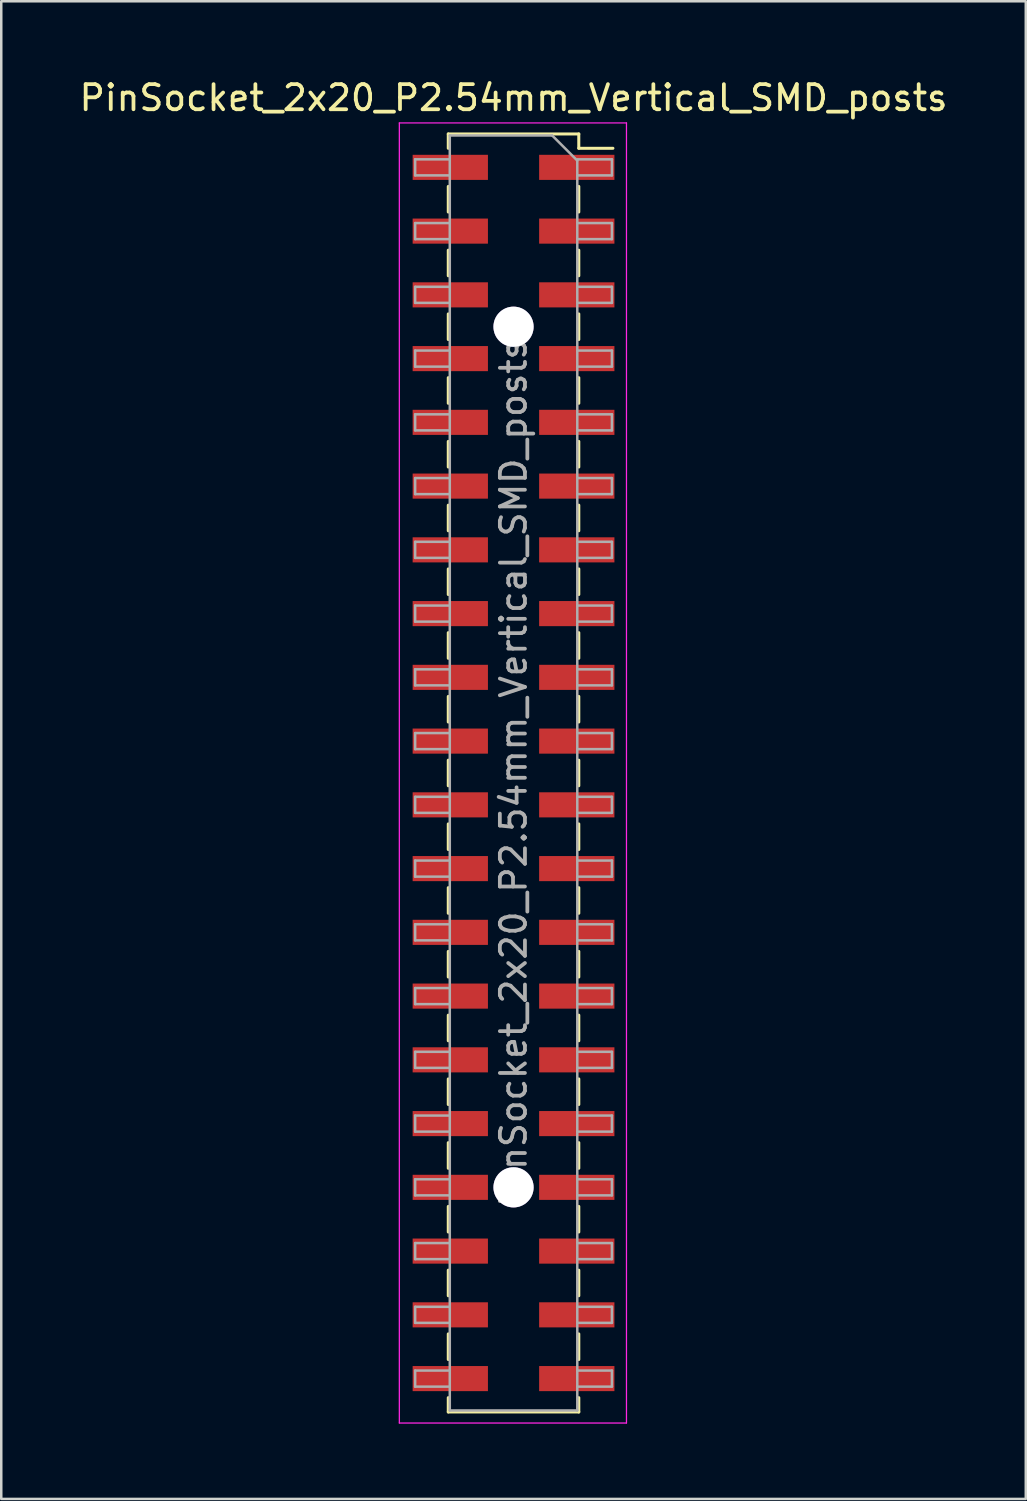
<source format=kicad_pcb>
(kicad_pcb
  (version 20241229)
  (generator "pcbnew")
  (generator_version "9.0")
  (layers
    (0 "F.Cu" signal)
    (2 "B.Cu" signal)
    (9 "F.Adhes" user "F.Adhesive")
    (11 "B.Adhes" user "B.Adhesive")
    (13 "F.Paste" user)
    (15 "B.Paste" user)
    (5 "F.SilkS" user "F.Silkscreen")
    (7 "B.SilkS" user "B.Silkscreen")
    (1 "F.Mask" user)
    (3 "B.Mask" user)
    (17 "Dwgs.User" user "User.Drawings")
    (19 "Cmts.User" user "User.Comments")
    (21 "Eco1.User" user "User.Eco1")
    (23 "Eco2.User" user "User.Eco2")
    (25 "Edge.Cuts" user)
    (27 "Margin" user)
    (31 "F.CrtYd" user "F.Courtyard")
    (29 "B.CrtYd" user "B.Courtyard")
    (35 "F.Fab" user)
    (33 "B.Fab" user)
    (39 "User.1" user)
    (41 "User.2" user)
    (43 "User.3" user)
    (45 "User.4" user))
  (footprint "PinSocket_2x20_P2.54mm_Vertical_SMD_posts"
    (layer "F.Cu")
    (at 17.411 27.748)
    (property "Reference" "PinSocket_2x20_P2.54mm_Vertical_SMD_posts" (at 0 -26.9 0) (layer "F.SilkS") (effects (font (size 1 1) (thickness 0.15))))
    (attr smd)
    (fp_line (start -2.6 -25.46) (end -2.6 -24.89) (stroke (width 0.12) (type solid)) (layer "F.SilkS"))
    (fp_line (start -2.6 -25.46) (end 2.6 -25.46) (stroke (width 0.12) (type solid)) (layer "F.SilkS"))
    (fp_line (start -2.6 -23.37) (end -2.6 -22.35) (stroke (width 0.12) (type solid)) (layer "F.SilkS"))
    (fp_line (start -2.6 -20.83) (end -2.6 -19.81) (stroke (width 0.12) (type solid)) (layer "F.SilkS"))
    (fp_line (start -2.6 -18.29) (end -2.6 -17.27) (stroke (width 0.12) (type solid)) (layer "F.SilkS"))
    (fp_line (start -2.6 -15.75) (end -2.6 -14.73) (stroke (width 0.12) (type solid)) (layer "F.SilkS"))
    (fp_line (start -2.6 -13.21) (end -2.6 -12.19) (stroke (width 0.12) (type solid)) (layer "F.SilkS"))
    (fp_line (start -2.6 -10.67) (end -2.6 -9.65) (stroke (width 0.12) (type solid)) (layer "F.SilkS"))
    (fp_line (start -2.6 -8.13) (end -2.6 -7.11) (stroke (width 0.12) (type solid)) (layer "F.SilkS"))
    (fp_line (start -2.6 -5.59) (end -2.6 -4.57) (stroke (width 0.12) (type solid)) (layer "F.SilkS"))
    (fp_line (start -2.6 -3.05) (end -2.6 -2.03) (stroke (width 0.12) (type solid)) (layer "F.SilkS"))
    (fp_line (start -2.6 -0.51) (end -2.6 0.51) (stroke (width 0.12) (type solid)) (layer "F.SilkS"))
    (fp_line (start -2.6 2.03) (end -2.6 3.05) (stroke (width 0.12) (type solid)) (layer "F.SilkS"))
    (fp_line (start -2.6 4.57) (end -2.6 5.59) (stroke (width 0.12) (type solid)) (layer "F.SilkS"))
    (fp_line (start -2.6 7.11) (end -2.6 8.13) (stroke (width 0.12) (type solid)) (layer "F.SilkS"))
    (fp_line (start -2.6 9.65) (end -2.6 10.67) (stroke (width 0.12) (type solid)) (layer "F.SilkS"))
    (fp_line (start -2.6 12.19) (end -2.6 13.21) (stroke (width 0.12) (type solid)) (layer "F.SilkS"))
    (fp_line (start -2.6 14.73) (end -2.6 15.75) (stroke (width 0.12) (type solid)) (layer "F.SilkS"))
    (fp_line (start -2.6 17.27) (end -2.6 18.29) (stroke (width 0.12) (type solid)) (layer "F.SilkS"))
    (fp_line (start -2.6 19.81) (end -2.6 20.83) (stroke (width 0.12) (type solid)) (layer "F.SilkS"))
    (fp_line (start -2.6 22.35) (end -2.6 23.37) (stroke (width 0.12) (type solid)) (layer "F.SilkS"))
    (fp_line (start -2.6 24.89) (end -2.6 25.46) (stroke (width 0.12) (type solid)) (layer "F.SilkS"))
    (fp_line (start -2.6 25.46) (end 2.6 25.46) (stroke (width 0.12) (type solid)) (layer "F.SilkS"))
    (fp_line (start 2.6 -25.46) (end 2.6 -24.89) (stroke (width 0.12) (type solid)) (layer "F.SilkS"))
    (fp_line (start 2.6 -24.89) (end 3.96 -24.89) (stroke (width 0.12) (type solid)) (layer "F.SilkS"))
    (fp_line (start 2.6 -23.37) (end 2.6 -22.35) (stroke (width 0.12) (type solid)) (layer "F.SilkS"))
    (fp_line (start 2.6 -20.83) (end 2.6 -19.81) (stroke (width 0.12) (type solid)) (layer "F.SilkS"))
    (fp_line (start 2.6 -18.29) (end 2.6 -17.27) (stroke (width 0.12) (type solid)) (layer "F.SilkS"))
    (fp_line (start 2.6 -15.75) (end 2.6 -14.73) (stroke (width 0.12) (type solid)) (layer "F.SilkS"))
    (fp_line (start 2.6 -13.21) (end 2.6 -12.19) (stroke (width 0.12) (type solid)) (layer "F.SilkS"))
    (fp_line (start 2.6 -10.67) (end 2.6 -9.65) (stroke (width 0.12) (type solid)) (layer "F.SilkS"))
    (fp_line (start 2.6 -8.13) (end 2.6 -7.11) (stroke (width 0.12) (type solid)) (layer "F.SilkS"))
    (fp_line (start 2.6 -5.59) (end 2.6 -4.57) (stroke (width 0.12) (type solid)) (layer "F.SilkS"))
    (fp_line (start 2.6 -3.05) (end 2.6 -2.03) (stroke (width 0.12) (type solid)) (layer "F.SilkS"))
    (fp_line (start 2.6 -0.51) (end 2.6 0.51) (stroke (width 0.12) (type solid)) (layer "F.SilkS"))
    (fp_line (start 2.6 2.03) (end 2.6 3.05) (stroke (width 0.12) (type solid)) (layer "F.SilkS"))
    (fp_line (start 2.6 4.57) (end 2.6 5.59) (stroke (width 0.12) (type solid)) (layer "F.SilkS"))
    (fp_line (start 2.6 7.11) (end 2.6 8.13) (stroke (width 0.12) (type solid)) (layer "F.SilkS"))
    (fp_line (start 2.6 9.65) (end 2.6 10.67) (stroke (width 0.12) (type solid)) (layer "F.SilkS"))
    (fp_line (start 2.6 12.19) (end 2.6 13.21) (stroke (width 0.12) (type solid)) (layer "F.SilkS"))
    (fp_line (start 2.6 14.73) (end 2.6 15.75) (stroke (width 0.12) (type solid)) (layer "F.SilkS"))
    (fp_line (start 2.6 17.27) (end 2.6 18.29) (stroke (width 0.12) (type solid)) (layer "F.SilkS"))
    (fp_line (start 2.6 19.81) (end 2.6 20.83) (stroke (width 0.12) (type solid)) (layer "F.SilkS"))
    (fp_line (start 2.6 22.35) (end 2.6 23.37) (stroke (width 0.12) (type solid)) (layer "F.SilkS"))
    (fp_line (start 2.6 24.89) (end 2.6 25.46) (stroke (width 0.12) (type solid)) (layer "F.SilkS"))
    (fp_line (start -4.55 -25.9) (end 4.5 -25.9) (stroke (width 0.05) (type solid)) (layer "F.CrtYd"))
    (fp_line (start -4.55 25.9) (end -4.55 -25.9) (stroke (width 0.05) (type solid)) (layer "F.CrtYd"))
    (fp_line (start 4.5 -25.9) (end 4.5 25.9) (stroke (width 0.05) (type solid)) (layer "F.CrtYd"))
    (fp_line (start 4.5 25.9) (end -4.55 25.9) (stroke (width 0.05) (type solid)) (layer "F.CrtYd"))
    (fp_line (start -3.92 -24.45) (end -2.54 -24.45) (stroke (width 0.1) (type solid)) (layer "F.Fab"))
    (fp_line (start -3.92 -23.81) (end -3.92 -24.45) (stroke (width 0.1) (type solid)) (layer "F.Fab"))
    (fp_line (start -3.92 -21.91) (end -2.54 -21.91) (stroke (width 0.1) (type solid)) (layer "F.Fab"))
    (fp_line (start -3.92 -21.27) (end -3.92 -21.91) (stroke (width 0.1) (type solid)) (layer "F.Fab"))
    (fp_line (start -3.92 -19.37) (end -2.54 -19.37) (stroke (width 0.1) (type solid)) (layer "F.Fab"))
    (fp_line (start -3.92 -18.73) (end -3.92 -19.37) (stroke (width 0.1) (type solid)) (layer "F.Fab"))
    (fp_line (start -3.92 -16.83) (end -2.54 -16.83) (stroke (width 0.1) (type solid)) (layer "F.Fab"))
    (fp_line (start -3.92 -16.19) (end -3.92 -16.83) (stroke (width 0.1) (type solid)) (layer "F.Fab"))
    (fp_line (start -3.92 -14.29) (end -2.54 -14.29) (stroke (width 0.1) (type solid)) (layer "F.Fab"))
    (fp_line (start -3.92 -13.65) (end -3.92 -14.29) (stroke (width 0.1) (type solid)) (layer "F.Fab"))
    (fp_line (start -3.92 -11.75) (end -2.54 -11.75) (stroke (width 0.1) (type solid)) (layer "F.Fab"))
    (fp_line (start -3.92 -11.11) (end -3.92 -11.75) (stroke (width 0.1) (type solid)) (layer "F.Fab"))
    (fp_line (start -3.92 -9.21) (end -2.54 -9.21) (stroke (width 0.1) (type solid)) (layer "F.Fab"))
    (fp_line (start -3.92 -8.57) (end -3.92 -9.21) (stroke (width 0.1) (type solid)) (layer "F.Fab"))
    (fp_line (start -3.92 -6.67) (end -2.54 -6.67) (stroke (width 0.1) (type solid)) (layer "F.Fab"))
    (fp_line (start -3.92 -6.03) (end -3.92 -6.67) (stroke (width 0.1) (type solid)) (layer "F.Fab"))
    (fp_line (start -3.92 -4.13) (end -2.54 -4.13) (stroke (width 0.1) (type solid)) (layer "F.Fab"))
    (fp_line (start -3.92 -3.49) (end -3.92 -4.13) (stroke (width 0.1) (type solid)) (layer "F.Fab"))
    (fp_line (start -3.92 -1.59) (end -2.54 -1.59) (stroke (width 0.1) (type solid)) (layer "F.Fab"))
    (fp_line (start -3.92 -0.95) (end -3.92 -1.59) (stroke (width 0.1) (type solid)) (layer "F.Fab"))
    (fp_line (start -3.92 0.95) (end -2.54 0.95) (stroke (width 0.1) (type solid)) (layer "F.Fab"))
    (fp_line (start -3.92 1.59) (end -3.92 0.95) (stroke (width 0.1) (type solid)) (layer "F.Fab"))
    (fp_line (start -3.92 3.49) (end -2.54 3.49) (stroke (width 0.1) (type solid)) (layer "F.Fab"))
    (fp_line (start -3.92 4.13) (end -3.92 3.49) (stroke (width 0.1) (type solid)) (layer "F.Fab"))
    (fp_line (start -3.92 6.03) (end -2.54 6.03) (stroke (width 0.1) (type solid)) (layer "F.Fab"))
    (fp_line (start -3.92 6.67) (end -3.92 6.03) (stroke (width 0.1) (type solid)) (layer "F.Fab"))
    (fp_line (start -3.92 8.57) (end -2.54 8.57) (stroke (width 0.1) (type solid)) (layer "F.Fab"))
    (fp_line (start -3.92 9.21) (end -3.92 8.57) (stroke (width 0.1) (type solid)) (layer "F.Fab"))
    (fp_line (start -3.92 11.11) (end -2.54 11.11) (stroke (width 0.1) (type solid)) (layer "F.Fab"))
    (fp_line (start -3.92 11.75) (end -3.92 11.11) (stroke (width 0.1) (type solid)) (layer "F.Fab"))
    (fp_line (start -3.92 13.65) (end -2.54 13.65) (stroke (width 0.1) (type solid)) (layer "F.Fab"))
    (fp_line (start -3.92 14.29) (end -3.92 13.65) (stroke (width 0.1) (type solid)) (layer "F.Fab"))
    (fp_line (start -3.92 16.19) (end -2.54 16.19) (stroke (width 0.1) (type solid)) (layer "F.Fab"))
    (fp_line (start -3.92 16.83) (end -3.92 16.19) (stroke (width 0.1) (type solid)) (layer "F.Fab"))
    (fp_line (start -3.92 18.73) (end -2.54 18.73) (stroke (width 0.1) (type solid)) (layer "F.Fab"))
    (fp_line (start -3.92 19.37) (end -3.92 18.73) (stroke (width 0.1) (type solid)) (layer "F.Fab"))
    (fp_line (start -3.92 21.27) (end -2.54 21.27) (stroke (width 0.1) (type solid)) (layer "F.Fab"))
    (fp_line (start -3.92 21.91) (end -3.92 21.27) (stroke (width 0.1) (type solid)) (layer "F.Fab"))
    (fp_line (start -3.92 23.81) (end -2.54 23.81) (stroke (width 0.1) (type solid)) (layer "F.Fab"))
    (fp_line (start -3.92 24.45) (end -3.92 23.81) (stroke (width 0.1) (type solid)) (layer "F.Fab"))
    (fp_line (start -2.54 -25.4) (end 1.54 -25.4) (stroke (width 0.1) (type solid)) (layer "F.Fab"))
    (fp_line (start -2.54 -23.81) (end -3.92 -23.81) (stroke (width 0.1) (type solid)) (layer "F.Fab"))
    (fp_line (start -2.54 -21.27) (end -3.92 -21.27) (stroke (width 0.1) (type solid)) (layer "F.Fab"))
    (fp_line (start -2.54 -18.73) (end -3.92 -18.73) (stroke (width 0.1) (type solid)) (layer "F.Fab"))
    (fp_line (start -2.54 -16.19) (end -3.92 -16.19) (stroke (width 0.1) (type solid)) (layer "F.Fab"))
    (fp_line (start -2.54 -13.65) (end -3.92 -13.65) (stroke (width 0.1) (type solid)) (layer "F.Fab"))
    (fp_line (start -2.54 -11.11) (end -3.92 -11.11) (stroke (width 0.1) (type solid)) (layer "F.Fab"))
    (fp_line (start -2.54 -8.57) (end -3.92 -8.57) (stroke (width 0.1) (type solid)) (layer "F.Fab"))
    (fp_line (start -2.54 -6.03) (end -3.92 -6.03) (stroke (width 0.1) (type solid)) (layer "F.Fab"))
    (fp_line (start -2.54 -3.49) (end -3.92 -3.49) (stroke (width 0.1) (type solid)) (layer "F.Fab"))
    (fp_line (start -2.54 -0.95) (end -3.92 -0.95) (stroke (width 0.1) (type solid)) (layer "F.Fab"))
    (fp_line (start -2.54 1.59) (end -3.92 1.59) (stroke (width 0.1) (type solid)) (layer "F.Fab"))
    (fp_line (start -2.54 4.13) (end -3.92 4.13) (stroke (width 0.1) (type solid)) (layer "F.Fab"))
    (fp_line (start -2.54 6.67) (end -3.92 6.67) (stroke (width 0.1) (type solid)) (layer "F.Fab"))
    (fp_line (start -2.54 9.21) (end -3.92 9.21) (stroke (width 0.1) (type solid)) (layer "F.Fab"))
    (fp_line (start -2.54 11.75) (end -3.92 11.75) (stroke (width 0.1) (type solid)) (layer "F.Fab"))
    (fp_line (start -2.54 14.29) (end -3.92 14.29) (stroke (width 0.1) (type solid)) (layer "F.Fab"))
    (fp_line (start -2.54 16.83) (end -3.92 16.83) (stroke (width 0.1) (type solid)) (layer "F.Fab"))
    (fp_line (start -2.54 19.37) (end -3.92 19.37) (stroke (width 0.1) (type solid)) (layer "F.Fab"))
    (fp_line (start -2.54 21.91) (end -3.92 21.91) (stroke (width 0.1) (type solid)) (layer "F.Fab"))
    (fp_line (start -2.54 24.45) (end -3.92 24.45) (stroke (width 0.1) (type solid)) (layer "F.Fab"))
    (fp_line (start -2.54 25.4) (end -2.54 -25.4) (stroke (width 0.1) (type solid)) (layer "F.Fab"))
    (fp_line (start 1.54 -25.4) (end 2.54 -24.4) (stroke (width 0.1) (type solid)) (layer "F.Fab"))
    (fp_line (start 2.54 -24.45) (end 3.92 -24.45) (stroke (width 0.1) (type solid)) (layer "F.Fab"))
    (fp_line (start 2.54 -24.4) (end 2.54 25.4) (stroke (width 0.1) (type solid)) (layer "F.Fab"))
    (fp_line (start 2.54 -21.91) (end 3.92 -21.91) (stroke (width 0.1) (type solid)) (layer "F.Fab"))
    (fp_line (start 2.54 -19.37) (end 3.92 -19.37) (stroke (width 0.1) (type solid)) (layer "F.Fab"))
    (fp_line (start 2.54 -16.83) (end 3.92 -16.83) (stroke (width 0.1) (type solid)) (layer "F.Fab"))
    (fp_line (start 2.54 -14.29) (end 3.92 -14.29) (stroke (width 0.1) (type solid)) (layer "F.Fab"))
    (fp_line (start 2.54 -11.75) (end 3.92 -11.75) (stroke (width 0.1) (type solid)) (layer "F.Fab"))
    (fp_line (start 2.54 -9.21) (end 3.92 -9.21) (stroke (width 0.1) (type solid)) (layer "F.Fab"))
    (fp_line (start 2.54 -6.67) (end 3.92 -6.67) (stroke (width 0.1) (type solid)) (layer "F.Fab"))
    (fp_line (start 2.54 -4.13) (end 3.92 -4.13) (stroke (width 0.1) (type solid)) (layer "F.Fab"))
    (fp_line (start 2.54 -1.59) (end 3.92 -1.59) (stroke (width 0.1) (type solid)) (layer "F.Fab"))
    (fp_line (start 2.54 0.95) (end 3.92 0.95) (stroke (width 0.1) (type solid)) (layer "F.Fab"))
    (fp_line (start 2.54 3.49) (end 3.92 3.49) (stroke (width 0.1) (type solid)) (layer "F.Fab"))
    (fp_line (start 2.54 6.03) (end 3.92 6.03) (stroke (width 0.1) (type solid)) (layer "F.Fab"))
    (fp_line (start 2.54 8.57) (end 3.92 8.57) (stroke (width 0.1) (type solid)) (layer "F.Fab"))
    (fp_line (start 2.54 11.11) (end 3.92 11.11) (stroke (width 0.1) (type solid)) (layer "F.Fab"))
    (fp_line (start 2.54 13.65) (end 3.92 13.65) (stroke (width 0.1) (type solid)) (layer "F.Fab"))
    (fp_line (start 2.54 16.19) (end 3.92 16.19) (stroke (width 0.1) (type solid)) (layer "F.Fab"))
    (fp_line (start 2.54 18.73) (end 3.92 18.73) (stroke (width 0.1) (type solid)) (layer "F.Fab"))
    (fp_line (start 2.54 21.27) (end 3.92 21.27) (stroke (width 0.1) (type solid)) (layer "F.Fab"))
    (fp_line (start 2.54 23.81) (end 3.92 23.81) (stroke (width 0.1) (type solid)) (layer "F.Fab"))
    (fp_line (start 2.54 25.4) (end -2.54 25.4) (stroke (width 0.1) (type solid)) (layer "F.Fab"))
    (fp_line (start 3.92 -24.45) (end 3.92 -23.81) (stroke (width 0.1) (type solid)) (layer "F.Fab"))
    (fp_line (start 3.92 -23.81) (end 2.54 -23.81) (stroke (width 0.1) (type solid)) (layer "F.Fab"))
    (fp_line (start 3.92 -21.91) (end 3.92 -21.27) (stroke (width 0.1) (type solid)) (layer "F.Fab"))
    (fp_line (start 3.92 -21.27) (end 2.54 -21.27) (stroke (width 0.1) (type solid)) (layer "F.Fab"))
    (fp_line (start 3.92 -19.37) (end 3.92 -18.73) (stroke (width 0.1) (type solid)) (layer "F.Fab"))
    (fp_line (start 3.92 -18.73) (end 2.54 -18.73) (stroke (width 0.1) (type solid)) (layer "F.Fab"))
    (fp_line (start 3.92 -16.83) (end 3.92 -16.19) (stroke (width 0.1) (type solid)) (layer "F.Fab"))
    (fp_line (start 3.92 -16.19) (end 2.54 -16.19) (stroke (width 0.1) (type solid)) (layer "F.Fab"))
    (fp_line (start 3.92 -14.29) (end 3.92 -13.65) (stroke (width 0.1) (type solid)) (layer "F.Fab"))
    (fp_line (start 3.92 -13.65) (end 2.54 -13.65) (stroke (width 0.1) (type solid)) (layer "F.Fab"))
    (fp_line (start 3.92 -11.75) (end 3.92 -11.11) (stroke (width 0.1) (type solid)) (layer "F.Fab"))
    (fp_line (start 3.92 -11.11) (end 2.54 -11.11) (stroke (width 0.1) (type solid)) (layer "F.Fab"))
    (fp_line (start 3.92 -9.21) (end 3.92 -8.57) (stroke (width 0.1) (type solid)) (layer "F.Fab"))
    (fp_line (start 3.92 -8.57) (end 2.54 -8.57) (stroke (width 0.1) (type solid)) (layer "F.Fab"))
    (fp_line (start 3.92 -6.67) (end 3.92 -6.03) (stroke (width 0.1) (type solid)) (layer "F.Fab"))
    (fp_line (start 3.92 -6.03) (end 2.54 -6.03) (stroke (width 0.1) (type solid)) (layer "F.Fab"))
    (fp_line (start 3.92 -4.13) (end 3.92 -3.49) (stroke (width 0.1) (type solid)) (layer "F.Fab"))
    (fp_line (start 3.92 -3.49) (end 2.54 -3.49) (stroke (width 0.1) (type solid)) (layer "F.Fab"))
    (fp_line (start 3.92 -1.59) (end 3.92 -0.95) (stroke (width 0.1) (type solid)) (layer "F.Fab"))
    (fp_line (start 3.92 -0.95) (end 2.54 -0.95) (stroke (width 0.1) (type solid)) (layer "F.Fab"))
    (fp_line (start 3.92 0.95) (end 3.92 1.59) (stroke (width 0.1) (type solid)) (layer "F.Fab"))
    (fp_line (start 3.92 1.59) (end 2.54 1.59) (stroke (width 0.1) (type solid)) (layer "F.Fab"))
    (fp_line (start 3.92 3.49) (end 3.92 4.13) (stroke (width 0.1) (type solid)) (layer "F.Fab"))
    (fp_line (start 3.92 4.13) (end 2.54 4.13) (stroke (width 0.1) (type solid)) (layer "F.Fab"))
    (fp_line (start 3.92 6.03) (end 3.92 6.67) (stroke (width 0.1) (type solid)) (layer "F.Fab"))
    (fp_line (start 3.92 6.67) (end 2.54 6.67) (stroke (width 0.1) (type solid)) (layer "F.Fab"))
    (fp_line (start 3.92 8.57) (end 3.92 9.21) (stroke (width 0.1) (type solid)) (layer "F.Fab"))
    (fp_line (start 3.92 9.21) (end 2.54 9.21) (stroke (width 0.1) (type solid)) (layer "F.Fab"))
    (fp_line (start 3.92 11.11) (end 3.92 11.75) (stroke (width 0.1) (type solid)) (layer "F.Fab"))
    (fp_line (start 3.92 11.75) (end 2.54 11.75) (stroke (width 0.1) (type solid)) (layer "F.Fab"))
    (fp_line (start 3.92 13.65) (end 3.92 14.29) (stroke (width 0.1) (type solid)) (layer "F.Fab"))
    (fp_line (start 3.92 14.29) (end 2.54 14.29) (stroke (width 0.1) (type solid)) (layer "F.Fab"))
    (fp_line (start 3.92 16.19) (end 3.92 16.83) (stroke (width 0.1) (type solid)) (layer "F.Fab"))
    (fp_line (start 3.92 16.83) (end 2.54 16.83) (stroke (width 0.1) (type solid)) (layer "F.Fab"))
    (fp_line (start 3.92 18.73) (end 3.92 19.37) (stroke (width 0.1) (type solid)) (layer "F.Fab"))
    (fp_line (start 3.92 19.37) (end 2.54 19.37) (stroke (width 0.1) (type solid)) (layer "F.Fab"))
    (fp_line (start 3.92 21.27) (end 3.92 21.91) (stroke (width 0.1) (type solid)) (layer "F.Fab"))
    (fp_line (start 3.92 21.91) (end 2.54 21.91) (stroke (width 0.1) (type solid)) (layer "F.Fab"))
    (fp_line (start 3.92 23.81) (end 3.92 24.45) (stroke (width 0.1) (type solid)) (layer "F.Fab"))
    (fp_line (start 3.92 24.45) (end 2.54 24.45) (stroke (width 0.1) (type solid)) (layer "F.Fab"))
    (fp_text user "${REFERENCE}" (at 0 0 90) (layer "F.Fab") (effects (font (size 1 1) (thickness 0.15))))
    (pad "" thru_hole circle (at 0 -17.78) (size 1.6 1.6) (drill 1.6) (layers "*.Cu" "*.Mask"))
    (pad "" thru_hole circle (at 0 16.51) (size 1.6 1.6) (drill 1.6) (layers "*.Cu" "*.Mask"))
    (pad "1" smd rect (at 2.52 -24.13) (size 3 1) (layers "F.Cu" "F.Mask" "F.Paste"))
    (pad "2" smd rect (at -2.52 -24.13) (size 3 1) (layers "F.Cu" "F.Mask" "F.Paste"))
    (pad "3" smd rect (at 2.52 -21.59) (size 3 1) (layers "F.Cu" "F.Mask" "F.Paste"))
    (pad "4" smd rect (at -2.52 -21.59) (size 3 1) (layers "F.Cu" "F.Mask" "F.Paste"))
    (pad "5" smd rect (at 2.52 -19.05) (size 3 1) (layers "F.Cu" "F.Mask" "F.Paste"))
    (pad "6" smd rect (at -2.52 -19.05) (size 3 1) (layers "F.Cu" "F.Mask" "F.Paste"))
    (pad "7" smd rect (at 2.52 -16.51) (size 3 1) (layers "F.Cu" "F.Mask" "F.Paste"))
    (pad "8" smd rect (at -2.52 -16.51) (size 3 1) (layers "F.Cu" "F.Mask" "F.Paste"))
    (pad "9" smd rect (at 2.52 -13.97) (size 3 1) (layers "F.Cu" "F.Mask" "F.Paste"))
    (pad "10" smd rect (at -2.52 -13.97) (size 3 1) (layers "F.Cu" "F.Mask" "F.Paste"))
    (pad "11" smd rect (at 2.52 -11.43) (size 3 1) (layers "F.Cu" "F.Mask" "F.Paste"))
    (pad "12" smd rect (at -2.52 -11.43) (size 3 1) (layers "F.Cu" "F.Mask" "F.Paste"))
    (pad "13" smd rect (at 2.52 -8.89) (size 3 1) (layers "F.Cu" "F.Mask" "F.Paste"))
    (pad "14" smd rect (at -2.52 -8.89) (size 3 1) (layers "F.Cu" "F.Mask" "F.Paste"))
    (pad "15" smd rect (at 2.52 -6.35) (size 3 1) (layers "F.Cu" "F.Mask" "F.Paste"))
    (pad "16" smd rect (at -2.52 -6.35) (size 3 1) (layers "F.Cu" "F.Mask" "F.Paste"))
    (pad "17" smd rect (at 2.52 -3.81) (size 3 1) (layers "F.Cu" "F.Mask" "F.Paste"))
    (pad "18" smd rect (at -2.52 -3.81) (size 3 1) (layers "F.Cu" "F.Mask" "F.Paste"))
    (pad "19" smd rect (at 2.52 -1.27) (size 3 1) (layers "F.Cu" "F.Mask" "F.Paste"))
    (pad "20" smd rect (at -2.52 -1.27) (size 3 1) (layers "F.Cu" "F.Mask" "F.Paste"))
    (pad "21" smd rect (at 2.52 1.27) (size 3 1) (layers "F.Cu" "F.Mask" "F.Paste"))
    (pad "22" smd rect (at -2.52 1.27) (size 3 1) (layers "F.Cu" "F.Mask" "F.Paste"))
    (pad "23" smd rect (at 2.52 3.81) (size 3 1) (layers "F.Cu" "F.Mask" "F.Paste"))
    (pad "24" smd rect (at -2.52 3.81) (size 3 1) (layers "F.Cu" "F.Mask" "F.Paste"))
    (pad "25" smd rect (at 2.52 6.35) (size 3 1) (layers "F.Cu" "F.Mask" "F.Paste"))
    (pad "26" smd rect (at -2.52 6.35) (size 3 1) (layers "F.Cu" "F.Mask" "F.Paste"))
    (pad "27" smd rect (at 2.52 8.89) (size 3 1) (layers "F.Cu" "F.Mask" "F.Paste"))
    (pad "28" smd rect (at -2.52 8.89) (size 3 1) (layers "F.Cu" "F.Mask" "F.Paste"))
    (pad "29" smd rect (at 2.52 11.43) (size 3 1) (layers "F.Cu" "F.Mask" "F.Paste"))
    (pad "30" smd rect (at -2.52 11.43) (size 3 1) (layers "F.Cu" "F.Mask" "F.Paste"))
    (pad "31" smd rect (at 2.52 13.97) (size 3 1) (layers "F.Cu" "F.Mask" "F.Paste"))
    (pad "32" smd rect (at -2.52 13.97) (size 3 1) (layers "F.Cu" "F.Mask" "F.Paste"))
    (pad "33" smd rect (at 2.52 16.51) (size 3 1) (layers "F.Cu" "F.Mask" "F.Paste"))
    (pad "34" smd rect (at -2.52 16.51) (size 3 1) (layers "F.Cu" "F.Mask" "F.Paste"))
    (pad "35" smd rect (at 2.52 19.05) (size 3 1) (layers "F.Cu" "F.Mask" "F.Paste"))
    (pad "36" smd rect (at -2.52 19.05) (size 3 1) (layers "F.Cu" "F.Mask" "F.Paste"))
    (pad "37" smd rect (at 2.52 21.59) (size 3 1) (layers "F.Cu" "F.Mask" "F.Paste"))
    (pad "38" smd rect (at -2.52 21.59) (size 3 1) (layers "F.Cu" "F.Mask" "F.Paste"))
    (pad "39" smd rect (at 2.52 24.13) (size 3 1) (layers "F.Cu" "F.Mask" "F.Paste"))
    (pad "40" smd rect (at -2.52 24.13) (size 3 1) (layers "F.Cu" "F.Mask" "F.Paste")))
  (gr_rect
    (start -3 -3)
    (end 37.821 56.673)
    (stroke (width 0.1) (type default))
    (fill no)
    (layer "Edge.Cuts")))
</source>
